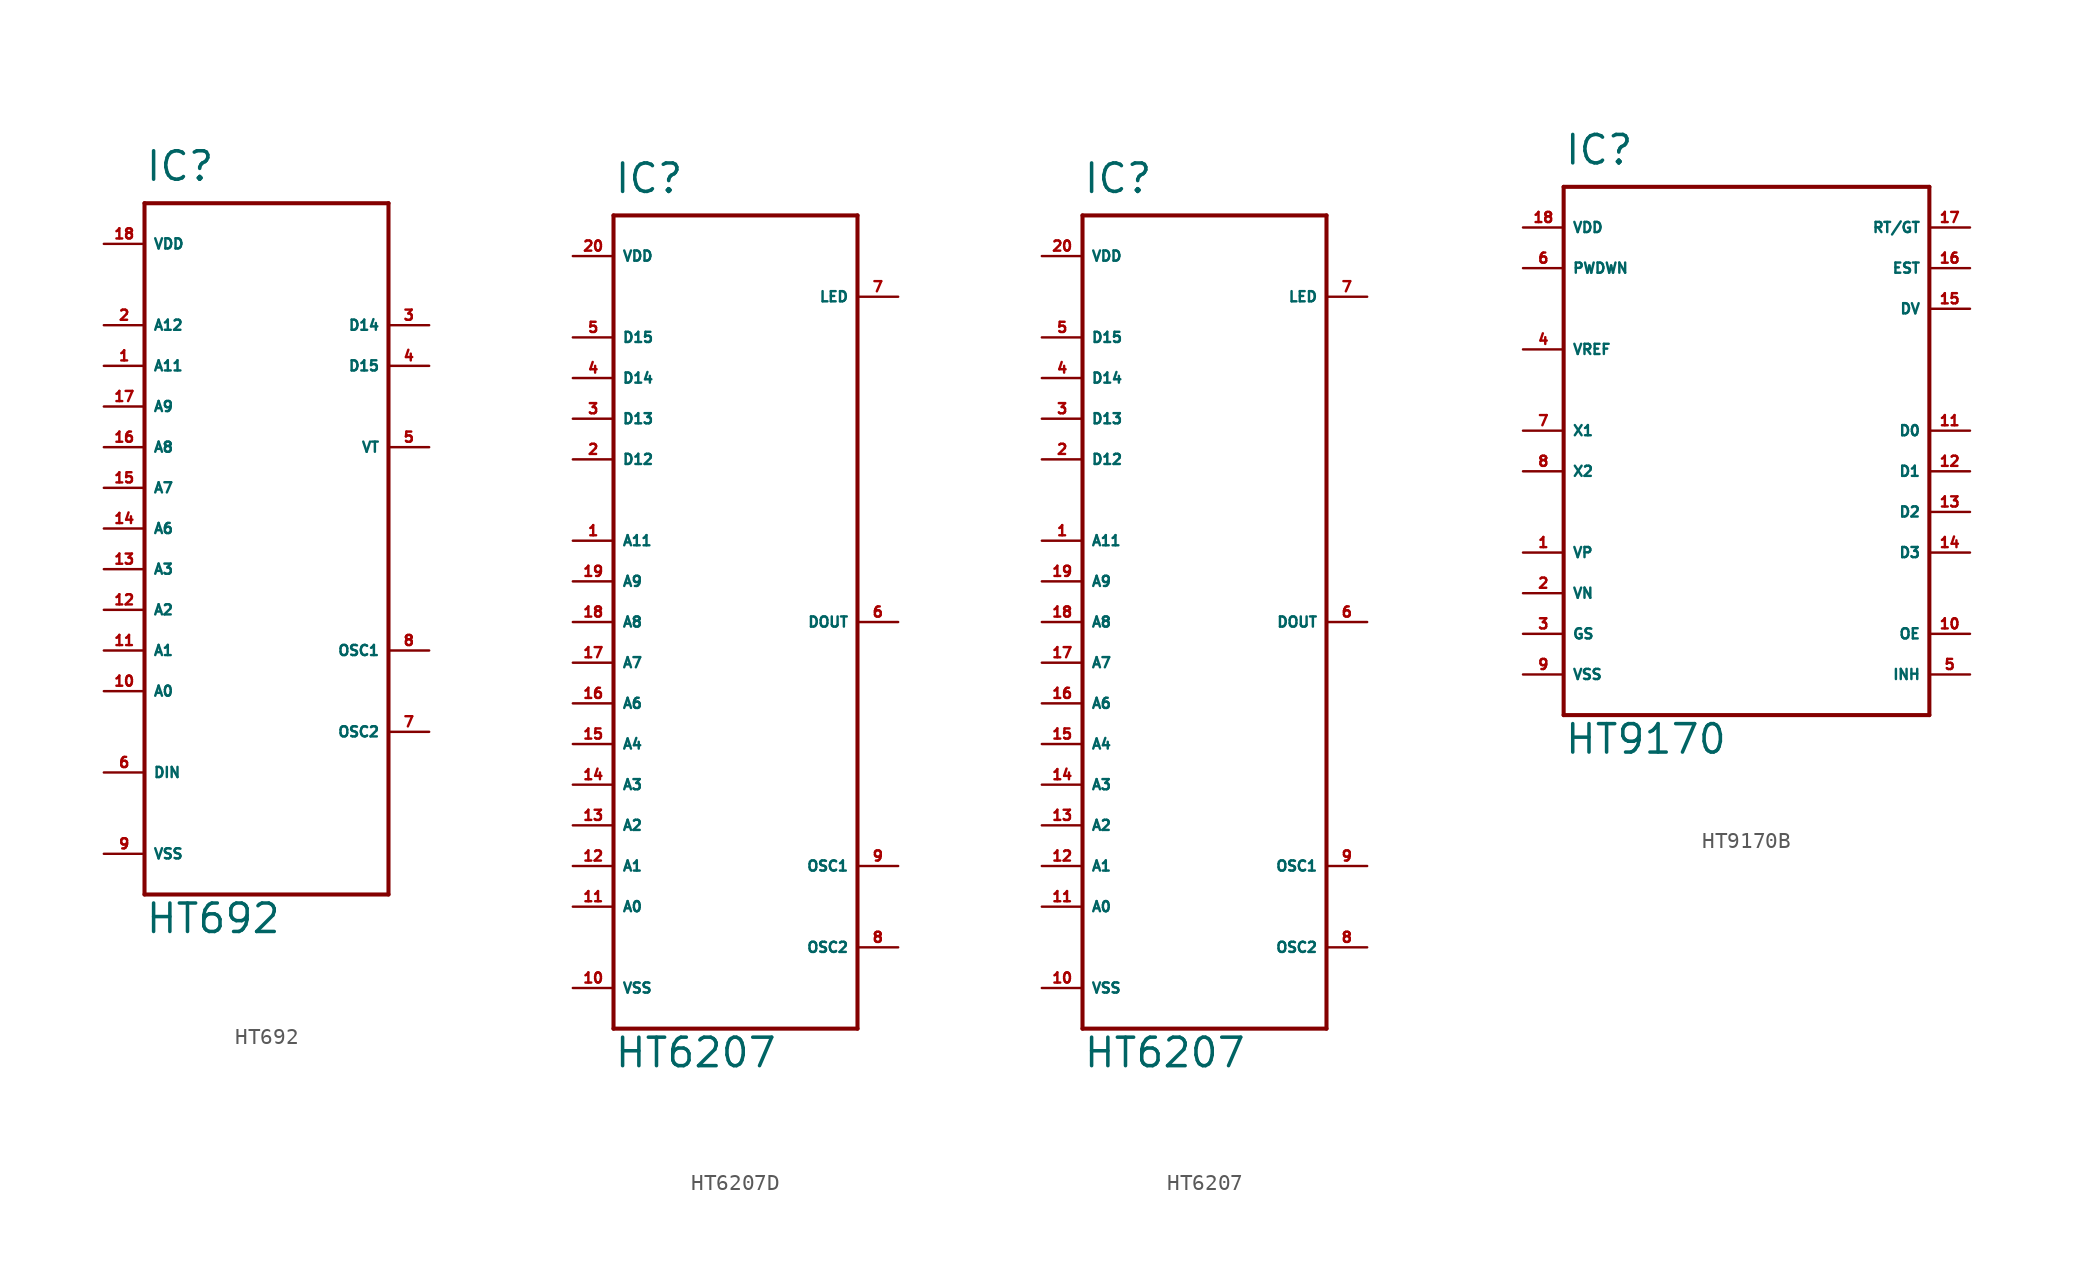
<source format=kicad_sym>
(kicad_symbol_lib
  (version 20220914)
  (generator Eagle2Kicad)
  (symbol "HT692"
    (property "Reference" "IC"
      (at -7.62 21.59 0)
      (effects (font (size 1.778 1.778) (thickness 0.22)) (justify left bottom)))
    (property "Value" "HT692"
      (at -7.62 -25.4 0)
      (effects (font (size 1.778 1.778) (thickness 0.22)) (justify left bottom)))
    (polyline
      (pts (xy -7.62 20.32) (xy 7.62 20.32))
      (stroke (width 0.254) (type default))
      (fill (type none)))
    (polyline
      (pts (xy 7.62 20.32) (xy 7.62 -22.86))
      (stroke (width 0.254) (type default))
      (fill (type none)))
    (polyline
      (pts (xy 7.62 -22.86) (xy -7.62 -22.86))
      (stroke (width 0.254) (type default))
      (fill (type none)))
    (polyline
      (pts (xy -7.62 -22.86) (xy -7.62 20.32))
      (stroke (width 0.254) (type default))
      (fill (type none)))
    (pin input line
      (at -10.16 -10.16 0)
      (length 2.54)
      (name "A0" (effects (font (size 0.635 0.635) (thickness 0.08)) (justify left bottom)))
      (number "10" (effects (font (size 0.635 0.635) (thickness 0.08)) (justify left bottom))))
    (pin input line
      (at -10.16 -7.62 0)
      (length 2.54)
      (name "A1" (effects (font (size 0.635 0.635) (thickness 0.08)) (justify left bottom)))
      (number "11" (effects (font (size 0.635 0.635) (thickness 0.08)) (justify left bottom))))
    (pin input line
      (at -10.16 -5.08 0)
      (length 2.54)
      (name "A2" (effects (font (size 0.635 0.635) (thickness 0.08)) (justify left bottom)))
      (number "12" (effects (font (size 0.635 0.635) (thickness 0.08)) (justify left bottom))))
    (pin input line
      (at -10.16 -2.54 0)
      (length 2.54)
      (name "A3" (effects (font (size 0.635 0.635) (thickness 0.08)) (justify left bottom)))
      (number "13" (effects (font (size 0.635 0.635) (thickness 0.08)) (justify left bottom))))
    (pin input line
      (at -10.16 0 0)
      (length 2.54)
      (name "A6" (effects (font (size 0.635 0.635) (thickness 0.08)) (justify left bottom)))
      (number "14" (effects (font (size 0.635 0.635) (thickness 0.08)) (justify left bottom))))
    (pin input line
      (at -10.16 2.54 0)
      (length 2.54)
      (name "A7" (effects (font (size 0.635 0.635) (thickness 0.08)) (justify left bottom)))
      (number "15" (effects (font (size 0.635 0.635) (thickness 0.08)) (justify left bottom))))
    (pin input line
      (at -10.16 5.08 0)
      (length 2.54)
      (name "A8" (effects (font (size 0.635 0.635) (thickness 0.08)) (justify left bottom)))
      (number "16" (effects (font (size 0.635 0.635) (thickness 0.08)) (justify left bottom))))
    (pin input line
      (at -10.16 7.62 0)
      (length 2.54)
      (name "A9" (effects (font (size 0.635 0.635) (thickness 0.08)) (justify left bottom)))
      (number "17" (effects (font (size 0.635 0.635) (thickness 0.08)) (justify left bottom))))
    (pin input line
      (at -10.16 10.16 0)
      (length 2.54)
      (name "A11" (effects (font (size 0.635 0.635) (thickness 0.08)) (justify left bottom)))
      (number "1" (effects (font (size 0.635 0.635) (thickness 0.08)) (justify left bottom))))
    (pin output line
      (at 10.16 12.7 180)
      (length 2.54)
      (name "D14" (effects (font (size 0.635 0.635) (thickness 0.08)) (justify left bottom)))
      (number "3" (effects (font (size 0.635 0.635) (thickness 0.08)) (justify left bottom))))
    (pin output line
      (at 10.16 10.16 180)
      (length 2.54)
      (name "D15" (effects (font (size 0.635 0.635) (thickness 0.08)) (justify left bottom)))
      (number "4" (effects (font (size 0.635 0.635) (thickness 0.08)) (justify left bottom))))
    (pin output line
      (at 10.16 5.08 180)
      (length 2.54)
      (name "VT" (effects (font (size 0.635 0.635) (thickness 0.08)) (justify left bottom)))
      (number "5" (effects (font (size 0.635 0.635) (thickness 0.08)) (justify left bottom))))
    (pin input line
      (at -10.16 -15.24 0)
      (length 2.54)
      (name "DIN" (effects (font (size 0.635 0.635) (thickness 0.08)) (justify left bottom)))
      (number "6" (effects (font (size 0.635 0.635) (thickness 0.08)) (justify left bottom))))
    (pin unspecified line
      (at -10.16 -20.32 0)
      (length 2.54)
      (name "VSS" (effects (font (size 0.635 0.635) (thickness 0.08)) (justify left bottom)))
      (number "9" (effects (font (size 0.635 0.635) (thickness 0.08)) (justify left bottom))))
    (pin unspecified line
      (at -10.16 17.78 0)
      (length 2.54)
      (name "VDD" (effects (font (size 0.635 0.635) (thickness 0.08)) (justify left bottom)))
      (number "18" (effects (font (size 0.635 0.635) (thickness 0.08)) (justify left bottom))))
    (pin input line
      (at 10.16 -7.62 180)
      (length 2.54)
      (name "OSC1" (effects (font (size 0.635 0.635) (thickness 0.08)) (justify left bottom)))
      (number "8" (effects (font (size 0.635 0.635) (thickness 0.08)) (justify left bottom))))
    (pin output line
      (at 10.16 -12.7 180)
      (length 2.54)
      (name "OSC2" (effects (font (size 0.635 0.635) (thickness 0.08)) (justify left bottom)))
      (number "7" (effects (font (size 0.635 0.635) (thickness 0.08)) (justify left bottom))))
    (pin input line
      (at -10.16 12.7 0)
      (length 2.54)
      (name "A12" (effects (font (size 0.635 0.635) (thickness 0.08)) (justify left bottom)))
      (number "2" (effects (font (size 0.635 0.635) (thickness 0.08)) (justify left bottom)))))
  (symbol "HT6207D"
    (property "Reference" "IC"
      (at -7.62 24.13 0)
      (effects (font (size 1.778 1.778) (thickness 0.22)) (justify left bottom)))
    (property "Value" "HT6207"
      (at -7.62 -30.48 0)
      (effects (font (size 1.778 1.778) (thickness 0.22)) (justify left bottom)))
    (polyline
      (pts (xy -7.62 22.86) (xy 7.62 22.86))
      (stroke (width 0.254) (type default))
      (fill (type none)))
    (polyline
      (pts (xy 7.62 22.86) (xy 7.62 -27.94))
      (stroke (width 0.254) (type default))
      (fill (type none)))
    (polyline
      (pts (xy 7.62 -27.94) (xy -7.62 -27.94))
      (stroke (width 0.254) (type default))
      (fill (type none)))
    (polyline
      (pts (xy -7.62 -27.94) (xy -7.62 22.86))
      (stroke (width 0.254) (type default))
      (fill (type none)))
    (pin input line
      (at -10.16 -20.32 0)
      (length 2.54)
      (name "A0" (effects (font (size 0.635 0.635) (thickness 0.08)) (justify left bottom)))
      (number "11" (effects (font (size 0.635 0.635) (thickness 0.08)) (justify left bottom))))
    (pin input line
      (at -10.16 -17.78 0)
      (length 2.54)
      (name "A1" (effects (font (size 0.635 0.635) (thickness 0.08)) (justify left bottom)))
      (number "12" (effects (font (size 0.635 0.635) (thickness 0.08)) (justify left bottom))))
    (pin input line
      (at -10.16 -15.24 0)
      (length 2.54)
      (name "A2" (effects (font (size 0.635 0.635) (thickness 0.08)) (justify left bottom)))
      (number "13" (effects (font (size 0.635 0.635) (thickness 0.08)) (justify left bottom))))
    (pin input line
      (at -10.16 -12.7 0)
      (length 2.54)
      (name "A3" (effects (font (size 0.635 0.635) (thickness 0.08)) (justify left bottom)))
      (number "14" (effects (font (size 0.635 0.635) (thickness 0.08)) (justify left bottom))))
    (pin input line
      (at -10.16 -10.16 0)
      (length 2.54)
      (name "A4" (effects (font (size 0.635 0.635) (thickness 0.08)) (justify left bottom)))
      (number "15" (effects (font (size 0.635 0.635) (thickness 0.08)) (justify left bottom))))
    (pin input line
      (at -10.16 -7.62 0)
      (length 2.54)
      (name "A6" (effects (font (size 0.635 0.635) (thickness 0.08)) (justify left bottom)))
      (number "16" (effects (font (size 0.635 0.635) (thickness 0.08)) (justify left bottom))))
    (pin input line
      (at -10.16 -5.08 0)
      (length 2.54)
      (name "A7" (effects (font (size 0.635 0.635) (thickness 0.08)) (justify left bottom)))
      (number "17" (effects (font (size 0.635 0.635) (thickness 0.08)) (justify left bottom))))
    (pin input line
      (at -10.16 -2.54 0)
      (length 2.54)
      (name "A8" (effects (font (size 0.635 0.635) (thickness 0.08)) (justify left bottom)))
      (number "18" (effects (font (size 0.635 0.635) (thickness 0.08)) (justify left bottom))))
    (pin input line
      (at -10.16 0 0)
      (length 2.54)
      (name "A9" (effects (font (size 0.635 0.635) (thickness 0.08)) (justify left bottom)))
      (number "19" (effects (font (size 0.635 0.635) (thickness 0.08)) (justify left bottom))))
    (pin input line
      (at -10.16 2.54 0)
      (length 2.54)
      (name "A11" (effects (font (size 0.635 0.635) (thickness 0.08)) (justify left bottom)))
      (number "1" (effects (font (size 0.635 0.635) (thickness 0.08)) (justify left bottom))))
    (pin input line
      (at -10.16 7.62 0)
      (length 2.54)
      (name "D12" (effects (font (size 0.635 0.635) (thickness 0.08)) (justify left bottom)))
      (number "2" (effects (font (size 0.635 0.635) (thickness 0.08)) (justify left bottom))))
    (pin input line
      (at -10.16 10.16 0)
      (length 2.54)
      (name "D13" (effects (font (size 0.635 0.635) (thickness 0.08)) (justify left bottom)))
      (number "3" (effects (font (size 0.635 0.635) (thickness 0.08)) (justify left bottom))))
    (pin input line
      (at -10.16 12.7 0)
      (length 2.54)
      (name "D14" (effects (font (size 0.635 0.635) (thickness 0.08)) (justify left bottom)))
      (number "4" (effects (font (size 0.635 0.635) (thickness 0.08)) (justify left bottom))))
    (pin input line
      (at -10.16 15.24 0)
      (length 2.54)
      (name "D15" (effects (font (size 0.635 0.635) (thickness 0.08)) (justify left bottom)))
      (number "5" (effects (font (size 0.635 0.635) (thickness 0.08)) (justify left bottom))))
    (pin input line
      (at 10.16 17.78 180)
      (length 2.54)
      (name "LED" (effects (font (size 0.635 0.635) (thickness 0.08)) (justify left bottom)))
      (number "7" (effects (font (size 0.635 0.635) (thickness 0.08)) (justify left bottom))))
    (pin input line
      (at 10.16 -2.54 180)
      (length 2.54)
      (name "DOUT" (effects (font (size 0.635 0.635) (thickness 0.08)) (justify left bottom)))
      (number "6" (effects (font (size 0.635 0.635) (thickness 0.08)) (justify left bottom))))
    (pin unspecified line
      (at -10.16 -25.4 0)
      (length 2.54)
      (name "VSS" (effects (font (size 0.635 0.635) (thickness 0.08)) (justify left bottom)))
      (number "10" (effects (font (size 0.635 0.635) (thickness 0.08)) (justify left bottom))))
    (pin unspecified line
      (at -10.16 20.32 0)
      (length 2.54)
      (name "VDD" (effects (font (size 0.635 0.635) (thickness 0.08)) (justify left bottom)))
      (number "20" (effects (font (size 0.635 0.635) (thickness 0.08)) (justify left bottom))))
    (pin input line
      (at 10.16 -17.78 180)
      (length 2.54)
      (name "OSC1" (effects (font (size 0.635 0.635) (thickness 0.08)) (justify left bottom)))
      (number "9" (effects (font (size 0.635 0.635) (thickness 0.08)) (justify left bottom))))
    (pin output line
      (at 10.16 -22.86 180)
      (length 2.54)
      (name "OSC2" (effects (font (size 0.635 0.635) (thickness 0.08)) (justify left bottom)))
      (number "8" (effects (font (size 0.635 0.635) (thickness 0.08)) (justify left bottom)))))
  (symbol "HT6207"
    (property "Reference" "IC"
      (at -7.62 24.13 0)
      (effects (font (size 1.778 1.778) (thickness 0.22)) (justify left bottom)))
    (property "Value" "HT6207"
      (at -7.62 -30.48 0)
      (effects (font (size 1.778 1.778) (thickness 0.22)) (justify left bottom)))
    (polyline
      (pts (xy -7.62 22.86) (xy 7.62 22.86))
      (stroke (width 0.254) (type default))
      (fill (type none)))
    (polyline
      (pts (xy 7.62 22.86) (xy 7.62 -27.94))
      (stroke (width 0.254) (type default))
      (fill (type none)))
    (polyline
      (pts (xy 7.62 -27.94) (xy -7.62 -27.94))
      (stroke (width 0.254) (type default))
      (fill (type none)))
    (polyline
      (pts (xy -7.62 -27.94) (xy -7.62 22.86))
      (stroke (width 0.254) (type default))
      (fill (type none)))
    (pin input line
      (at -10.16 -20.32 0)
      (length 2.54)
      (name "A0" (effects (font (size 0.635 0.635) (thickness 0.08)) (justify left bottom)))
      (number "11" (effects (font (size 0.635 0.635) (thickness 0.08)) (justify left bottom))))
    (pin input line
      (at -10.16 -17.78 0)
      (length 2.54)
      (name "A1" (effects (font (size 0.635 0.635) (thickness 0.08)) (justify left bottom)))
      (number "12" (effects (font (size 0.635 0.635) (thickness 0.08)) (justify left bottom))))
    (pin input line
      (at -10.16 -15.24 0)
      (length 2.54)
      (name "A2" (effects (font (size 0.635 0.635) (thickness 0.08)) (justify left bottom)))
      (number "13" (effects (font (size 0.635 0.635) (thickness 0.08)) (justify left bottom))))
    (pin input line
      (at -10.16 -12.7 0)
      (length 2.54)
      (name "A3" (effects (font (size 0.635 0.635) (thickness 0.08)) (justify left bottom)))
      (number "14" (effects (font (size 0.635 0.635) (thickness 0.08)) (justify left bottom))))
    (pin input line
      (at -10.16 -10.16 0)
      (length 2.54)
      (name "A4" (effects (font (size 0.635 0.635) (thickness 0.08)) (justify left bottom)))
      (number "15" (effects (font (size 0.635 0.635) (thickness 0.08)) (justify left bottom))))
    (pin input line
      (at -10.16 -7.62 0)
      (length 2.54)
      (name "A6" (effects (font (size 0.635 0.635) (thickness 0.08)) (justify left bottom)))
      (number "16" (effects (font (size 0.635 0.635) (thickness 0.08)) (justify left bottom))))
    (pin input line
      (at -10.16 -5.08 0)
      (length 2.54)
      (name "A7" (effects (font (size 0.635 0.635) (thickness 0.08)) (justify left bottom)))
      (number "17" (effects (font (size 0.635 0.635) (thickness 0.08)) (justify left bottom))))
    (pin input line
      (at -10.16 -2.54 0)
      (length 2.54)
      (name "A8" (effects (font (size 0.635 0.635) (thickness 0.08)) (justify left bottom)))
      (number "18" (effects (font (size 0.635 0.635) (thickness 0.08)) (justify left bottom))))
    (pin input line
      (at -10.16 0 0)
      (length 2.54)
      (name "A9" (effects (font (size 0.635 0.635) (thickness 0.08)) (justify left bottom)))
      (number "19" (effects (font (size 0.635 0.635) (thickness 0.08)) (justify left bottom))))
    (pin input line
      (at -10.16 2.54 0)
      (length 2.54)
      (name "A11" (effects (font (size 0.635 0.635) (thickness 0.08)) (justify left bottom)))
      (number "1" (effects (font (size 0.635 0.635) (thickness 0.08)) (justify left bottom))))
    (pin input line
      (at -10.16 7.62 0)
      (length 2.54)
      (name "D12" (effects (font (size 0.635 0.635) (thickness 0.08)) (justify left bottom)))
      (number "2" (effects (font (size 0.635 0.635) (thickness 0.08)) (justify left bottom))))
    (pin input line
      (at -10.16 10.16 0)
      (length 2.54)
      (name "D13" (effects (font (size 0.635 0.635) (thickness 0.08)) (justify left bottom)))
      (number "3" (effects (font (size 0.635 0.635) (thickness 0.08)) (justify left bottom))))
    (pin input line
      (at -10.16 12.7 0)
      (length 2.54)
      (name "D14" (effects (font (size 0.635 0.635) (thickness 0.08)) (justify left bottom)))
      (number "4" (effects (font (size 0.635 0.635) (thickness 0.08)) (justify left bottom))))
    (pin input line
      (at -10.16 15.24 0)
      (length 2.54)
      (name "D15" (effects (font (size 0.635 0.635) (thickness 0.08)) (justify left bottom)))
      (number "5" (effects (font (size 0.635 0.635) (thickness 0.08)) (justify left bottom))))
    (pin input line
      (at 10.16 17.78 180)
      (length 2.54)
      (name "LED" (effects (font (size 0.635 0.635) (thickness 0.08)) (justify left bottom)))
      (number "7" (effects (font (size 0.635 0.635) (thickness 0.08)) (justify left bottom))))
    (pin input line
      (at 10.16 -2.54 180)
      (length 2.54)
      (name "DOUT" (effects (font (size 0.635 0.635) (thickness 0.08)) (justify left bottom)))
      (number "6" (effects (font (size 0.635 0.635) (thickness 0.08)) (justify left bottom))))
    (pin unspecified line
      (at -10.16 -25.4 0)
      (length 2.54)
      (name "VSS" (effects (font (size 0.635 0.635) (thickness 0.08)) (justify left bottom)))
      (number "10" (effects (font (size 0.635 0.635) (thickness 0.08)) (justify left bottom))))
    (pin unspecified line
      (at -10.16 20.32 0)
      (length 2.54)
      (name "VDD" (effects (font (size 0.635 0.635) (thickness 0.08)) (justify left bottom)))
      (number "20" (effects (font (size 0.635 0.635) (thickness 0.08)) (justify left bottom))))
    (pin input line
      (at 10.16 -17.78 180)
      (length 2.54)
      (name "OSC1" (effects (font (size 0.635 0.635) (thickness 0.08)) (justify left bottom)))
      (number "9" (effects (font (size 0.635 0.635) (thickness 0.08)) (justify left bottom))))
    (pin output line
      (at 10.16 -22.86 180)
      (length 2.54)
      (name "OSC2" (effects (font (size 0.635 0.635) (thickness 0.08)) (justify left bottom)))
      (number "8" (effects (font (size 0.635 0.635) (thickness 0.08)) (justify left bottom)))))
  (symbol "HT9170B"
    (property "Reference" "IC"
      (at -10.16 16.51 0)
      (effects (font (size 1.778 1.778) (thickness 0.22)) (justify left bottom)))
    (property "Value" "HT9170"
      (at -10.16 -20.32 0)
      (effects (font (size 1.778 1.778) (thickness 0.22)) (justify left bottom)))
    (polyline
      (pts (xy -10.16 15.24) (xy 12.7 15.24))
      (stroke (width 0.254) (type default))
      (fill (type none)))
    (polyline
      (pts (xy 12.7 15.24) (xy 12.7 -17.78))
      (stroke (width 0.254) (type default))
      (fill (type none)))
    (polyline
      (pts (xy 12.7 -17.78) (xy -10.16 -17.78))
      (stroke (width 0.254) (type default))
      (fill (type none)))
    (polyline
      (pts (xy -10.16 -17.78) (xy -10.16 15.24))
      (stroke (width 0.254) (type default))
      (fill (type none)))
    (pin input line
      (at -12.7 0 0)
      (length 2.54)
      (name "X1" (effects (font (size 0.635 0.635) (thickness 0.08)) (justify left bottom)))
      (number "7" (effects (font (size 0.635 0.635) (thickness 0.08)) (justify left bottom))))
    (pin output line
      (at -12.7 -2.54 0)
      (length 2.54)
      (name "X2" (effects (font (size 0.635 0.635) (thickness 0.08)) (justify left bottom)))
      (number "8" (effects (font (size 0.635 0.635) (thickness 0.08)) (justify left bottom))))
    (pin input line
      (at -12.7 -7.62 0)
      (length 2.54)
      (name "VP" (effects (font (size 0.635 0.635) (thickness 0.08)) (justify left bottom)))
      (number "1" (effects (font (size 0.635 0.635) (thickness 0.08)) (justify left bottom))))
    (pin input line
      (at -12.7 -10.16 0)
      (length 2.54)
      (name "VN" (effects (font (size 0.635 0.635) (thickness 0.08)) (justify left bottom)))
      (number "2" (effects (font (size 0.635 0.635) (thickness 0.08)) (justify left bottom))))
    (pin passive line
      (at -12.7 -12.7 0)
      (length 2.54)
      (name "GS" (effects (font (size 0.635 0.635) (thickness 0.08)) (justify left bottom)))
      (number "3" (effects (font (size 0.635 0.635) (thickness 0.08)) (justify left bottom))))
    (pin input line
      (at -12.7 10.16 0)
      (length 2.54)
      (name "PWDWN" (effects (font (size 0.635 0.635) (thickness 0.08)) (justify left bottom)))
      (number "6" (effects (font (size 0.635 0.635) (thickness 0.08)) (justify left bottom))))
    (pin output line
      (at -12.7 5.08 0)
      (length 2.54)
      (name "VREF" (effects (font (size 0.635 0.635) (thickness 0.08)) (justify left bottom)))
      (number "4" (effects (font (size 0.635 0.635) (thickness 0.08)) (justify left bottom))))
    (pin bidirectional line
      (at 15.24 12.7 180)
      (length 2.54)
      (name "RT/GT" (effects (font (size 0.635 0.635) (thickness 0.08)) (justify left bottom)))
      (number "17" (effects (font (size 0.635 0.635) (thickness 0.08)) (justify left bottom))))
    (pin output line
      (at 15.24 10.16 180)
      (length 2.54)
      (name "EST" (effects (font (size 0.635 0.635) (thickness 0.08)) (justify left bottom)))
      (number "16" (effects (font (size 0.635 0.635) (thickness 0.08)) (justify left bottom))))
    (pin output line
      (at 15.24 7.62 180)
      (length 2.54)
      (name "DV" (effects (font (size 0.635 0.635) (thickness 0.08)) (justify left bottom)))
      (number "15" (effects (font (size 0.635 0.635) (thickness 0.08)) (justify left bottom))))
    (pin output line
      (at 15.24 0 180)
      (length 2.54)
      (name "D0" (effects (font (size 0.635 0.635) (thickness 0.08)) (justify left bottom)))
      (number "11" (effects (font (size 0.635 0.635) (thickness 0.08)) (justify left bottom))))
    (pin output line
      (at 15.24 -2.54 180)
      (length 2.54)
      (name "D1" (effects (font (size 0.635 0.635) (thickness 0.08)) (justify left bottom)))
      (number "12" (effects (font (size 0.635 0.635) (thickness 0.08)) (justify left bottom))))
    (pin output line
      (at 15.24 -5.08 180)
      (length 2.54)
      (name "D2" (effects (font (size 0.635 0.635) (thickness 0.08)) (justify left bottom)))
      (number "13" (effects (font (size 0.635 0.635) (thickness 0.08)) (justify left bottom))))
    (pin output line
      (at 15.24 -7.62 180)
      (length 2.54)
      (name "D3" (effects (font (size 0.635 0.635) (thickness 0.08)) (justify left bottom)))
      (number "14" (effects (font (size 0.635 0.635) (thickness 0.08)) (justify left bottom))))
    (pin input line
      (at 15.24 -12.7 180)
      (length 2.54)
      (name "OE" (effects (font (size 0.635 0.635) (thickness 0.08)) (justify left bottom)))
      (number "10" (effects (font (size 0.635 0.635) (thickness 0.08)) (justify left bottom))))
    (pin input line
      (at 15.24 -15.24 180)
      (length 2.54)
      (name "INH" (effects (font (size 0.635 0.635) (thickness 0.08)) (justify left bottom)))
      (number "5" (effects (font (size 0.635 0.635) (thickness 0.08)) (justify left bottom))))
    (pin unspecified line
      (at -12.7 -15.24 0)
      (length 2.54)
      (name "VSS" (effects (font (size 0.635 0.635) (thickness 0.08)) (justify left bottom)))
      (number "9" (effects (font (size 0.635 0.635) (thickness 0.08)) (justify left bottom))))
    (pin unspecified line
      (at -12.7 12.7 0)
      (length 2.54)
      (name "VDD" (effects (font (size 0.635 0.635) (thickness 0.08)) (justify left bottom)))
      (number "18" (effects (font (size 0.635 0.635) (thickness 0.08)) (justify left bottom))))))
</source>
